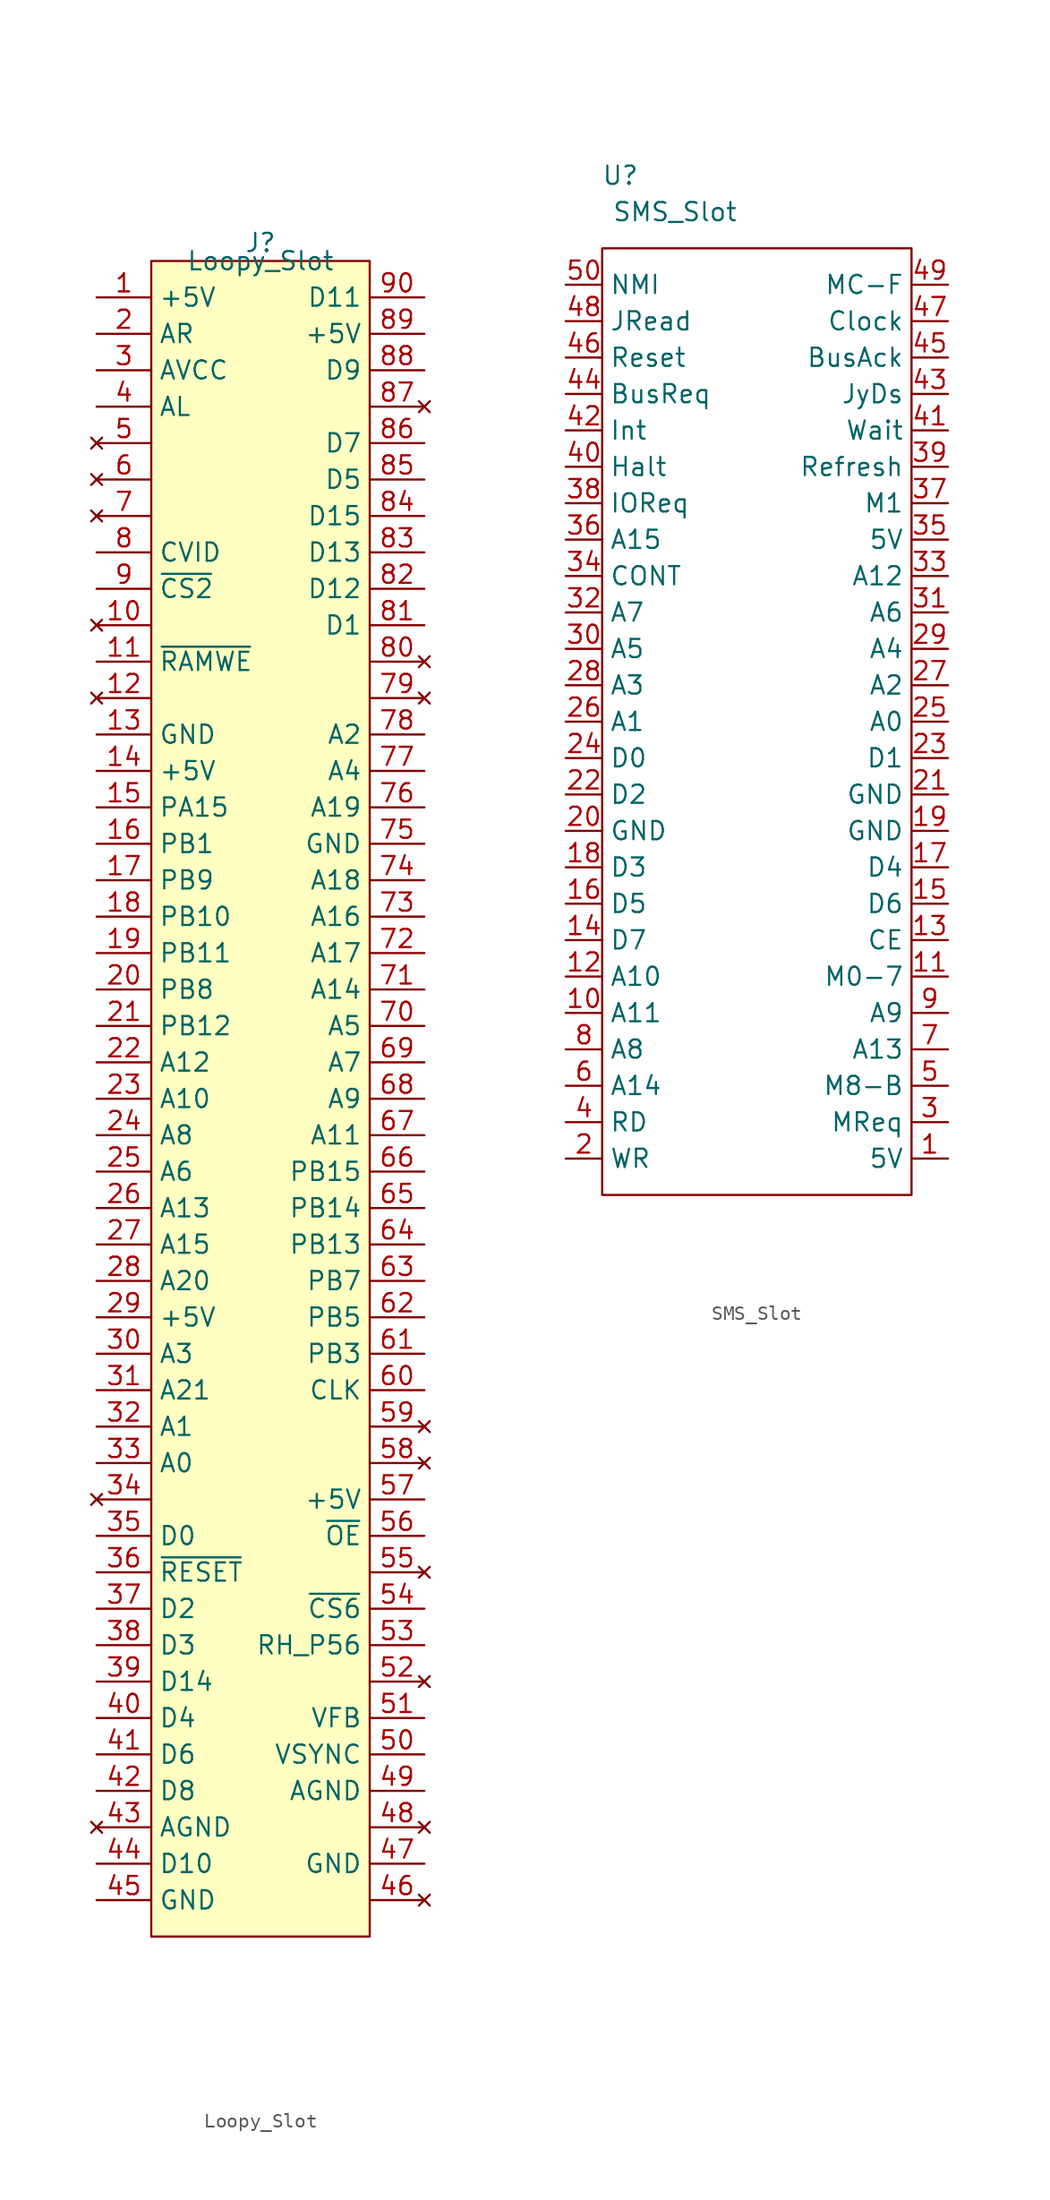
<source format=kicad_sym>
(kicad_symbol_lib
  (version 20220914)
  (generator kicad_symbol_editor)
  (symbol "Loopy_Slot"
    (property "Reference" "J"
      (at 0 1.27 0)
      (effects (font (size 1.27 1.27))))
    (property "Value" "Loopy_Slot"
      (at 0 0 0)
      (effects (font (size 1.27 1.27))))
    (symbol "Loopy_Slot_1_1"
      (rectangle (start -7.62 0) (end 7.62 -116.84) (stroke (width 0) (type default)) (fill (type background)))
      (pin power_in line (at -11.43 -2.54 0) (length 3.81) (name "+5V" (effects (font (size 1.27 1.27)))) (number "1" (effects (font (size 1.27 1.27)))))
      (pin no_connect line (at -11.43 -25.4 0) (length 3.81) (name "" (effects (font (size 1.27 1.27)))) (number "10" (effects (font (size 1.27 1.27)))))
      (pin output line (at -11.43 -27.94 0) (length 3.81) (name "~{RAMWE}" (effects (font (size 1.27 1.27)))) (number "11" (effects (font (size 1.27 1.27)))))
      (pin no_connect line (at -11.43 -30.48 0) (length 3.81) (name "" (effects (font (size 1.27 1.27)))) (number "12" (effects (font (size 1.27 1.27)))))
      (pin power_in line (at -11.43 -33.02 0) (length 3.81) (name "GND" (effects (font (size 1.27 1.27)))) (number "13" (effects (font (size 1.27 1.27)))))
      (pin power_in line (at -11.43 -35.56 0) (length 3.81) (name "+5V" (effects (font (size 1.27 1.27)))) (number "14" (effects (font (size 1.27 1.27)))))
      (pin passive line (at -11.43 -38.1 0) (length 3.81) (name "PA15" (effects (font (size 1.27 1.27)))) (number "15" (effects (font (size 1.27 1.27)))))
      (pin passive line (at -11.43 -40.64 0) (length 3.81) (name "PB1" (effects (font (size 1.27 1.27)))) (number "16" (effects (font (size 1.27 1.27)))))
      (pin passive line (at -11.43 -43.18 0) (length 3.81) (name "PB9" (effects (font (size 1.27 1.27)))) (number "17" (effects (font (size 1.27 1.27)))))
      (pin passive line (at -11.43 -45.72 0) (length 3.81) (name "PB10" (effects (font (size 1.27 1.27)))) (number "18" (effects (font (size 1.27 1.27)))))
      (pin passive line (at -11.43 -48.26 0) (length 3.81) (name "PB11" (effects (font (size 1.27 1.27)))) (number "19" (effects (font (size 1.27 1.27)))))
      (pin passive line (at -11.43 -5.08 0) (length 3.81) (name "AR" (effects (font (size 1.27 1.27)))) (number "2" (effects (font (size 1.27 1.27)))))
      (pin passive line (at -11.43 -50.8 0) (length 3.81) (name "PB8" (effects (font (size 1.27 1.27)))) (number "20" (effects (font (size 1.27 1.27)))))
      (pin passive line (at -11.43 -53.34 0) (length 3.81) (name "PB12" (effects (font (size 1.27 1.27)))) (number "21" (effects (font (size 1.27 1.27)))))
      (pin bidirectional line (at -11.43 -55.88 0) (length 3.81) (name "A12" (effects (font (size 1.27 1.27)))) (number "22" (effects (font (size 1.27 1.27)))))
      (pin bidirectional line (at -11.43 -58.42 0) (length 3.81) (name "A10" (effects (font (size 1.27 1.27)))) (number "23" (effects (font (size 1.27 1.27)))))
      (pin bidirectional line (at -11.43 -60.96 0) (length 3.81) (name "A8" (effects (font (size 1.27 1.27)))) (number "24" (effects (font (size 1.27 1.27)))))
      (pin bidirectional line (at -11.43 -63.5 0) (length 3.81) (name "A6" (effects (font (size 1.27 1.27)))) (number "25" (effects (font (size 1.27 1.27)))))
      (pin bidirectional line (at -11.43 -66.04 0) (length 3.81) (name "A13" (effects (font (size 1.27 1.27)))) (number "26" (effects (font (size 1.27 1.27)))))
      (pin bidirectional line (at -11.43 -68.58 0) (length 3.81) (name "A15" (effects (font (size 1.27 1.27)))) (number "27" (effects (font (size 1.27 1.27)))))
      (pin bidirectional line (at -11.43 -71.12 0) (length 3.81) (name "A20" (effects (font (size 1.27 1.27)))) (number "28" (effects (font (size 1.27 1.27)))))
      (pin power_out line (at -11.43 -73.66 0) (length 3.81) (name "+5V" (effects (font (size 1.27 1.27)))) (number "29" (effects (font (size 1.27 1.27)))))
      (pin passive line (at -11.43 -7.62 0) (length 3.81) (name "AVCC" (effects (font (size 1.27 1.27)))) (number "3" (effects (font (size 1.27 1.27)))))
      (pin bidirectional line (at -11.43 -76.2 0) (length 3.81) (name "A3" (effects (font (size 1.27 1.27)))) (number "30" (effects (font (size 1.27 1.27)))))
      (pin bidirectional line (at -11.43 -78.74 0) (length 3.81) (name "A21" (effects (font (size 1.27 1.27)))) (number "31" (effects (font (size 1.27 1.27)))))
      (pin bidirectional line (at -11.43 -81.28 0) (length 3.81) (name "A1" (effects (font (size 1.27 1.27)))) (number "32" (effects (font (size 1.27 1.27)))))
      (pin bidirectional line (at -11.43 -83.82 0) (length 3.81) (name "A0" (effects (font (size 1.27 1.27)))) (number "33" (effects (font (size 1.27 1.27)))))
      (pin no_connect line (at -11.43 -86.36 0) (length 3.81) (name "" (effects (font (size 1.27 1.27)))) (number "34" (effects (font (size 1.27 1.27)))))
      (pin bidirectional line (at -11.43 -88.9 0) (length 3.81) (name "D0" (effects (font (size 1.27 1.27)))) (number "35" (effects (font (size 1.27 1.27)))))
      (pin output line (at -11.43 -91.44 0) (length 3.81) (name "~{RESET}" (effects (font (size 1.27 1.27)))) (number "36" (effects (font (size 1.27 1.27)))))
      (pin bidirectional line (at -11.43 -93.98 0) (length 3.81) (name "D2" (effects (font (size 1.27 1.27)))) (number "37" (effects (font (size 1.27 1.27)))))
      (pin bidirectional line (at -11.43 -96.52 0) (length 3.81) (name "D3" (effects (font (size 1.27 1.27)))) (number "38" (effects (font (size 1.27 1.27)))))
      (pin bidirectional line (at -11.43 -99.06 0) (length 3.81) (name "D14" (effects (font (size 1.27 1.27)))) (number "39" (effects (font (size 1.27 1.27)))))
      (pin passive line (at -11.43 -10.16 0) (length 3.81) (name "AL" (effects (font (size 1.27 1.27)))) (number "4" (effects (font (size 1.27 1.27)))))
      (pin bidirectional line (at -11.43 -101.6 0) (length 3.81) (name "D4" (effects (font (size 1.27 1.27)))) (number "40" (effects (font (size 1.27 1.27)))))
      (pin bidirectional line (at -11.43 -104.14 0) (length 3.81) (name "D6" (effects (font (size 1.27 1.27)))) (number "41" (effects (font (size 1.27 1.27)))))
      (pin bidirectional line (at -11.43 -106.68 0) (length 3.81) (name "D8" (effects (font (size 1.27 1.27)))) (number "42" (effects (font (size 1.27 1.27)))))
      (pin no_connect line (at -11.43 -109.22 0) (length 3.81) (name "AGND" (effects (font (size 1.27 1.27)))) (number "43" (effects (font (size 1.27 1.27)))))
      (pin bidirectional line (at -11.43 -111.76 0) (length 3.81) (name "D10" (effects (font (size 1.27 1.27)))) (number "44" (effects (font (size 1.27 1.27)))))
      (pin power_in line (at -11.43 -114.3 0) (length 3.81) (name "GND" (effects (font (size 1.27 1.27)))) (number "45" (effects (font (size 1.27 1.27)))))
      (pin no_connect line (at 11.43 -114.3 180) (length 3.81) (name "" (effects (font (size 1.27 1.27)))) (number "46" (effects (font (size 1.27 1.27)))))
      (pin power_in line (at 11.43 -111.76 180) (length 3.81) (name "GND" (effects (font (size 1.27 1.27)))) (number "47" (effects (font (size 1.27 1.27)))))
      (pin no_connect line (at 11.43 -109.22 180) (length 3.81) (name "" (effects (font (size 1.27 1.27)))) (number "48" (effects (font (size 1.27 1.27)))))
      (pin passive line (at 11.43 -106.68 180) (length 3.81) (name "AGND" (effects (font (size 1.27 1.27)))) (number "49" (effects (font (size 1.27 1.27)))))
      (pin no_connect line (at -11.43 -12.7 0) (length 3.81) (name "" (effects (font (size 1.27 1.27)))) (number "5" (effects (font (size 1.27 1.27)))))
      (pin passive line (at 11.43 -104.14 180) (length 3.81) (name "VSYNC" (effects (font (size 1.27 1.27)))) (number "50" (effects (font (size 1.27 1.27)))))
      (pin passive line (at 11.43 -101.6 180) (length 3.81) (name "VFB" (effects (font (size 1.27 1.27)))) (number "51" (effects (font (size 1.27 1.27)))))
      (pin no_connect line (at 11.43 -99.06 180) (length 3.81) (name "" (effects (font (size 1.27 1.27)))) (number "52" (effects (font (size 1.27 1.27)))))
      (pin passive line (at 11.43 -96.52 180) (length 3.81) (name "RH_P56" (effects (font (size 1.27 1.27)))) (number "53" (effects (font (size 1.27 1.27)))))
      (pin output line (at 11.43 -93.98 180) (length 3.81) (name "~{CS6}" (effects (font (size 1.27 1.27)))) (number "54" (effects (font (size 1.27 1.27)))))
      (pin no_connect line (at 11.43 -91.44 180) (length 3.81) (name "" (effects (font (size 1.27 1.27)))) (number "55" (effects (font (size 1.27 1.27)))))
      (pin passive line (at 11.43 -88.9 180) (length 3.81) (name "~{OE}" (effects (font (size 1.27 1.27)))) (number "56" (effects (font (size 1.27 1.27)))))
      (pin power_in line (at 11.43 -86.36 180) (length 3.81) (name "+5V" (effects (font (size 1.27 1.27)))) (number "57" (effects (font (size 1.27 1.27)))))
      (pin no_connect line (at 11.43 -83.82 180) (length 3.81) (name "" (effects (font (size 1.27 1.27)))) (number "58" (effects (font (size 1.27 1.27)))))
      (pin no_connect line (at 11.43 -81.28 180) (length 3.81) (name "" (effects (font (size 1.27 1.27)))) (number "59" (effects (font (size 1.27 1.27)))))
      (pin no_connect line (at -11.43 -15.24 0) (length 3.81) (name "" (effects (font (size 1.27 1.27)))) (number "6" (effects (font (size 1.27 1.27)))))
      (pin passive line (at 11.43 -78.74 180) (length 3.81) (name "CLK" (effects (font (size 1.27 1.27)))) (number "60" (effects (font (size 1.27 1.27)))))
      (pin passive line (at 11.43 -76.2 180) (length 3.81) (name "PB3" (effects (font (size 1.27 1.27)))) (number "61" (effects (font (size 1.27 1.27)))))
      (pin passive line (at 11.43 -73.66 180) (length 3.81) (name "PB5" (effects (font (size 1.27 1.27)))) (number "62" (effects (font (size 1.27 1.27)))))
      (pin passive line (at 11.43 -71.12 180) (length 3.81) (name "PB7" (effects (font (size 1.27 1.27)))) (number "63" (effects (font (size 1.27 1.27)))))
      (pin passive line (at 11.43 -68.58 180) (length 3.81) (name "PB13" (effects (font (size 1.27 1.27)))) (number "64" (effects (font (size 1.27 1.27)))))
      (pin passive line (at 11.43 -66.04 180) (length 3.81) (name "PB14" (effects (font (size 1.27 1.27)))) (number "65" (effects (font (size 1.27 1.27)))))
      (pin passive line (at 11.43 -63.5 180) (length 3.81) (name "PB15" (effects (font (size 1.27 1.27)))) (number "66" (effects (font (size 1.27 1.27)))))
      (pin bidirectional line (at 11.43 -60.96 180) (length 3.81) (name "A11" (effects (font (size 1.27 1.27)))) (number "67" (effects (font (size 1.27 1.27)))))
      (pin bidirectional line (at 11.43 -58.42 180) (length 3.81) (name "A9" (effects (font (size 1.27 1.27)))) (number "68" (effects (font (size 1.27 1.27)))))
      (pin bidirectional line (at 11.43 -55.88 180) (length 3.81) (name "A7" (effects (font (size 1.27 1.27)))) (number "69" (effects (font (size 1.27 1.27)))))
      (pin no_connect line (at -11.43 -17.78 0) (length 3.81) (name "" (effects (font (size 1.27 1.27)))) (number "7" (effects (font (size 1.27 1.27)))))
      (pin bidirectional line (at 11.43 -53.34 180) (length 3.81) (name "A5" (effects (font (size 1.27 1.27)))) (number "70" (effects (font (size 1.27 1.27)))))
      (pin bidirectional line (at 11.43 -50.8 180) (length 3.81) (name "A14" (effects (font (size 1.27 1.27)))) (number "71" (effects (font (size 1.27 1.27)))))
      (pin bidirectional line (at 11.43 -48.26 180) (length 3.81) (name "A17" (effects (font (size 1.27 1.27)))) (number "72" (effects (font (size 1.27 1.27)))))
      (pin bidirectional line (at 11.43 -45.72 180) (length 3.81) (name "A16" (effects (font (size 1.27 1.27)))) (number "73" (effects (font (size 1.27 1.27)))))
      (pin bidirectional line (at 11.43 -43.18 180) (length 3.81) (name "A18" (effects (font (size 1.27 1.27)))) (number "74" (effects (font (size 1.27 1.27)))))
      (pin power_in line (at 11.43 -40.64 180) (length 3.81) (name "GND" (effects (font (size 1.27 1.27)))) (number "75" (effects (font (size 1.27 1.27)))))
      (pin bidirectional line (at 11.43 -38.1 180) (length 3.81) (name "A19" (effects (font (size 1.27 1.27)))) (number "76" (effects (font (size 1.27 1.27)))))
      (pin bidirectional line (at 11.43 -35.56 180) (length 3.81) (name "A4" (effects (font (size 1.27 1.27)))) (number "77" (effects (font (size 1.27 1.27)))))
      (pin bidirectional line (at 11.43 -33.02 180) (length 3.81) (name "A2" (effects (font (size 1.27 1.27)))) (number "78" (effects (font (size 1.27 1.27)))))
      (pin no_connect line (at 11.43 -30.48 180) (length 3.81) (name "" (effects (font (size 1.27 1.27)))) (number "79" (effects (font (size 1.27 1.27)))))
      (pin passive line (at -11.43 -20.32 0) (length 3.81) (name "CVID" (effects (font (size 1.27 1.27)))) (number "8" (effects (font (size 1.27 1.27)))))
      (pin no_connect line (at 11.43 -27.94 180) (length 3.81) (name "" (effects (font (size 1.27 1.27)))) (number "80" (effects (font (size 1.27 1.27)))))
      (pin bidirectional line (at 11.43 -25.4 180) (length 3.81) (name "D1" (effects (font (size 1.27 1.27)))) (number "81" (effects (font (size 1.27 1.27)))))
      (pin bidirectional line (at 11.43 -22.86 180) (length 3.81) (name "D12" (effects (font (size 1.27 1.27)))) (number "82" (effects (font (size 1.27 1.27)))))
      (pin bidirectional line (at 11.43 -20.32 180) (length 3.81) (name "D13" (effects (font (size 1.27 1.27)))) (number "83" (effects (font (size 1.27 1.27)))))
      (pin bidirectional line (at 11.43 -17.78 180) (length 3.81) (name "D15" (effects (font (size 1.27 1.27)))) (number "84" (effects (font (size 1.27 1.27)))))
      (pin bidirectional line (at 11.43 -15.24 180) (length 3.81) (name "D5" (effects (font (size 1.27 1.27)))) (number "85" (effects (font (size 1.27 1.27)))))
      (pin bidirectional line (at 11.43 -12.7 180) (length 3.81) (name "D7" (effects (font (size 1.27 1.27)))) (number "86" (effects (font (size 1.27 1.27)))))
      (pin no_connect line (at 11.43 -10.16 180) (length 3.81) (name "" (effects (font (size 1.27 1.27)))) (number "87" (effects (font (size 1.27 1.27)))))
      (pin bidirectional line (at 11.43 -7.62 180) (length 3.81) (name "D9" (effects (font (size 1.27 1.27)))) (number "88" (effects (font (size 1.27 1.27)))))
      (pin power_in line (at 11.43 -5.08 180) (length 3.81) (name "+5V" (effects (font (size 1.27 1.27)))) (number "89" (effects (font (size 1.27 1.27)))))
      (pin output line (at -11.43 -22.86 0) (length 3.81) (name "~{CS2}" (effects (font (size 1.27 1.27)))) (number "9" (effects (font (size 1.27 1.27)))))
      (pin bidirectional line (at 11.43 -2.54 180) (length 3.81) (name "D11" (effects (font (size 1.27 1.27)))) (number "90" (effects (font (size 1.27 1.27)))))))
  (symbol "SMS_Slot"
    (property "Reference" "U"
      (at -10.16 35.56 0)
      (effects (font (size 1.27 1.27))))
    (property "Value" "SMS_Slot"
      (at -6.35 33.02 0)
      (effects (font (size 1.27 1.27))))
    (symbol "SMS_Slot_0_1"
      (rectangle (start -11.43 30.48) (end 10.16 -35.56) (stroke (width 0.152) (type default)) (fill (type none))))
    (symbol "SMS_Slot_1_1"
      (pin power_in line (at 12.7 -33.02 180) (length 2.54) (name "5V" (effects (font (size 1.27 1.27)))) (number "1" (effects (font (size 1.27 1.27)))))
      (pin input line (at -13.97 -22.86 0) (length 2.54) (name "A11" (effects (font (size 1.27 1.27)))) (number "10" (effects (font (size 1.27 1.27)))))
      (pin input line (at 12.7 -20.32 180) (length 2.54) (name "M0-7" (effects (font (size 1.27 1.27)))) (number "11" (effects (font (size 1.27 1.27)))))
      (pin input line (at -13.97 -20.32 0) (length 2.54) (name "A10" (effects (font (size 1.27 1.27)))) (number "12" (effects (font (size 1.27 1.27)))))
      (pin input line (at 12.7 -17.78 180) (length 2.54) (name "CE" (effects (font (size 1.27 1.27)))) (number "13" (effects (font (size 1.27 1.27)))))
      (pin bidirectional line (at -13.97 -17.78 0) (length 2.54) (name "D7" (effects (font (size 1.27 1.27)))) (number "14" (effects (font (size 1.27 1.27)))))
      (pin bidirectional line (at 12.7 -15.24 180) (length 2.54) (name "D6" (effects (font (size 1.27 1.27)))) (number "15" (effects (font (size 1.27 1.27)))))
      (pin bidirectional line (at -13.97 -15.24 0) (length 2.54) (name "D5" (effects (font (size 1.27 1.27)))) (number "16" (effects (font (size 1.27 1.27)))))
      (pin bidirectional line (at 12.7 -12.7 180) (length 2.54) (name "D4" (effects (font (size 1.27 1.27)))) (number "17" (effects (font (size 1.27 1.27)))))
      (pin bidirectional line (at -13.97 -12.7 0) (length 2.54) (name "D3" (effects (font (size 1.27 1.27)))) (number "18" (effects (font (size 1.27 1.27)))))
      (pin power_in line (at 12.7 -10.16 180) (length 2.54) (name "GND" (effects (font (size 1.27 1.27)))) (number "19" (effects (font (size 1.27 1.27)))))
      (pin input line (at -13.97 -33.02 0) (length 2.54) (name "WR" (effects (font (size 1.27 1.27)))) (number "2" (effects (font (size 1.27 1.27)))))
      (pin power_in line (at -13.97 -10.16 0) (length 2.54) (name "GND" (effects (font (size 1.27 1.27)))) (number "20" (effects (font (size 1.27 1.27)))))
      (pin power_in line (at 12.7 -7.62 180) (length 2.54) (name "GND" (effects (font (size 1.27 1.27)))) (number "21" (effects (font (size 1.27 1.27)))))
      (pin bidirectional line (at -13.97 -7.62 0) (length 2.54) (name "D2" (effects (font (size 1.27 1.27)))) (number "22" (effects (font (size 1.27 1.27)))))
      (pin bidirectional line (at 12.7 -5.08 180) (length 2.54) (name "D1" (effects (font (size 1.27 1.27)))) (number "23" (effects (font (size 1.27 1.27)))))
      (pin bidirectional line (at -13.97 -5.08 0) (length 2.54) (name "D0" (effects (font (size 1.27 1.27)))) (number "24" (effects (font (size 1.27 1.27)))))
      (pin input line (at 12.7 -2.54 180) (length 2.54) (name "A0" (effects (font (size 1.27 1.27)))) (number "25" (effects (font (size 1.27 1.27)))))
      (pin input line (at -13.97 -2.54 0) (length 2.54) (name "A1" (effects (font (size 1.27 1.27)))) (number "26" (effects (font (size 1.27 1.27)))))
      (pin input line (at 12.7 0 180) (length 2.54) (name "A2" (effects (font (size 1.27 1.27)))) (number "27" (effects (font (size 1.27 1.27)))))
      (pin input line (at -13.97 0 0) (length 2.54) (name "A3" (effects (font (size 1.27 1.27)))) (number "28" (effects (font (size 1.27 1.27)))))
      (pin input line (at 12.7 2.54 180) (length 2.54) (name "A4" (effects (font (size 1.27 1.27)))) (number "29" (effects (font (size 1.27 1.27)))))
      (pin input line (at 12.7 -30.48 180) (length 2.54) (name "MReq" (effects (font (size 1.27 1.27)))) (number "3" (effects (font (size 1.27 1.27)))))
      (pin input line (at -13.97 2.54 0) (length 2.54) (name "A5" (effects (font (size 1.27 1.27)))) (number "30" (effects (font (size 1.27 1.27)))))
      (pin input line (at 12.7 5.08 180) (length 2.54) (name "A6" (effects (font (size 1.27 1.27)))) (number "31" (effects (font (size 1.27 1.27)))))
      (pin input line (at -13.97 5.08 0) (length 2.54) (name "A7" (effects (font (size 1.27 1.27)))) (number "32" (effects (font (size 1.27 1.27)))))
      (pin input line (at 12.7 7.62 180) (length 2.54) (name "A12" (effects (font (size 1.27 1.27)))) (number "33" (effects (font (size 1.27 1.27)))))
      (pin input line (at -13.97 7.62 0) (length 2.54) (name "CONT" (effects (font (size 1.27 1.27)))) (number "34" (effects (font (size 1.27 1.27)))))
      (pin power_in line (at 12.7 10.16 180) (length 2.54) (name "5V" (effects (font (size 1.27 1.27)))) (number "35" (effects (font (size 1.27 1.27)))))
      (pin input line (at -13.97 10.16 0) (length 2.54) (name "A15" (effects (font (size 1.27 1.27)))) (number "36" (effects (font (size 1.27 1.27)))))
      (pin input line (at 12.7 12.7 180) (length 2.54) (name "M1" (effects (font (size 1.27 1.27)))) (number "37" (effects (font (size 1.27 1.27)))))
      (pin input line (at -13.97 12.7 0) (length 2.54) (name "IOReq" (effects (font (size 1.27 1.27)))) (number "38" (effects (font (size 1.27 1.27)))))
      (pin input line (at 12.7 15.24 180) (length 2.54) (name "Refresh" (effects (font (size 1.27 1.27)))) (number "39" (effects (font (size 1.27 1.27)))))
      (pin input line (at -13.97 -30.48 0) (length 2.54) (name "RD" (effects (font (size 1.27 1.27)))) (number "4" (effects (font (size 1.27 1.27)))))
      (pin input line (at -13.97 15.24 0) (length 2.54) (name "Halt" (effects (font (size 1.27 1.27)))) (number "40" (effects (font (size 1.27 1.27)))))
      (pin input line (at 12.7 17.78 180) (length 2.54) (name "Wait" (effects (font (size 1.27 1.27)))) (number "41" (effects (font (size 1.27 1.27)))))
      (pin input line (at -13.97 17.78 0) (length 2.54) (name "Int" (effects (font (size 1.27 1.27)))) (number "42" (effects (font (size 1.27 1.27)))))
      (pin input line (at 12.7 20.32 180) (length 2.54) (name "JyDs" (effects (font (size 1.27 1.27)))) (number "43" (effects (font (size 1.27 1.27)))))
      (pin input line (at -13.97 20.32 0) (length 2.54) (name "BusReq" (effects (font (size 1.27 1.27)))) (number "44" (effects (font (size 1.27 1.27)))))
      (pin input line (at 12.7 22.86 180) (length 2.54) (name "BusAck" (effects (font (size 1.27 1.27)))) (number "45" (effects (font (size 1.27 1.27)))))
      (pin input line (at -13.97 22.86 0) (length 2.54) (name "Reset" (effects (font (size 1.27 1.27)))) (number "46" (effects (font (size 1.27 1.27)))))
      (pin input line (at 12.7 25.4 180) (length 2.54) (name "Clock" (effects (font (size 1.27 1.27)))) (number "47" (effects (font (size 1.27 1.27)))))
      (pin input line (at -13.97 25.4 0) (length 2.54) (name "JRead" (effects (font (size 1.27 1.27)))) (number "48" (effects (font (size 1.27 1.27)))))
      (pin input line (at 12.7 27.94 180) (length 2.54) (name "MC-F" (effects (font (size 1.27 1.27)))) (number "49" (effects (font (size 1.27 1.27)))))
      (pin input line (at 12.7 -27.94 180) (length 2.54) (name "M8-B" (effects (font (size 1.27 1.27)))) (number "5" (effects (font (size 1.27 1.27)))))
      (pin input line (at -13.97 27.94 0) (length 2.54) (name "NMI" (effects (font (size 1.27 1.27)))) (number "50" (effects (font (size 1.27 1.27)))))
      (pin input line (at -13.97 -27.94 0) (length 2.54) (name "A14" (effects (font (size 1.27 1.27)))) (number "6" (effects (font (size 1.27 1.27)))))
      (pin input line (at 12.7 -25.4 180) (length 2.54) (name "A13" (effects (font (size 1.27 1.27)))) (number "7" (effects (font (size 1.27 1.27)))))
      (pin input line (at -13.97 -25.4 0) (length 2.54) (name "A8" (effects (font (size 1.27 1.27)))) (number "8" (effects (font (size 1.27 1.27)))))
      (pin input line (at 12.7 -22.86 180) (length 2.54) (name "A9" (effects (font (size 1.27 1.27)))) (number "9" (effects (font (size 1.27 1.27))))))))
</source>
